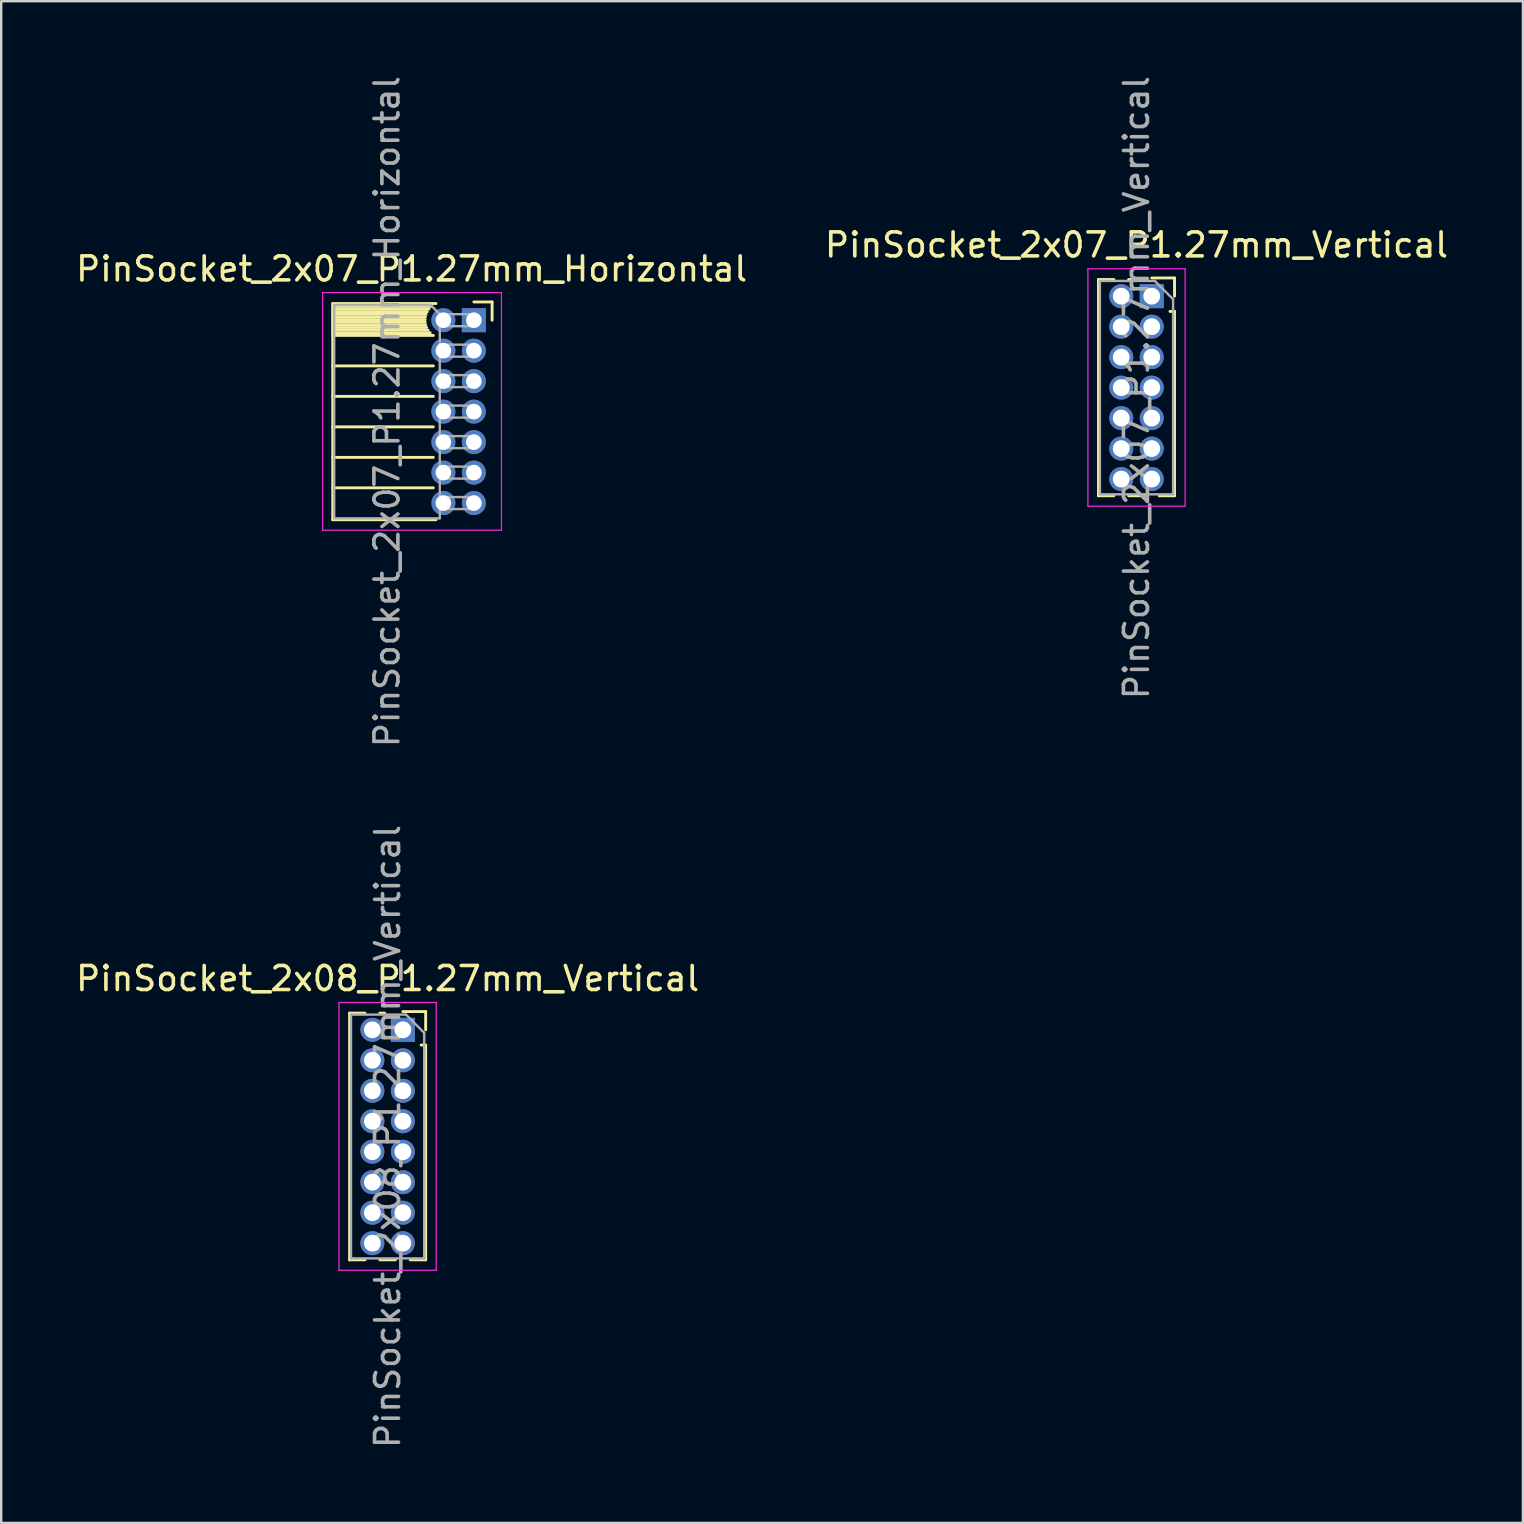
<source format=kicad_pcb>
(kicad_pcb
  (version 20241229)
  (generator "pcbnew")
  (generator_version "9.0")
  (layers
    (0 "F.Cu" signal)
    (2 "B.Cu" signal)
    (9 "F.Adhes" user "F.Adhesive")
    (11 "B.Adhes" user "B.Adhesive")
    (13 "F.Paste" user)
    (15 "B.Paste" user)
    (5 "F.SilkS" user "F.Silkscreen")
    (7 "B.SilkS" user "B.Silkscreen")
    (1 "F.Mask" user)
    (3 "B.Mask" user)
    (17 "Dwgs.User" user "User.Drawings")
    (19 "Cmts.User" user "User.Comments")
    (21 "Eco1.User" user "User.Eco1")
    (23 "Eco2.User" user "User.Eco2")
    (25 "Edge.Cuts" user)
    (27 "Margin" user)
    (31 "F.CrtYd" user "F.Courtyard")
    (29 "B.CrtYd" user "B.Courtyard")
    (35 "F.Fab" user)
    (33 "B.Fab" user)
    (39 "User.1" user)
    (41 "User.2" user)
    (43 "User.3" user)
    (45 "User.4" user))
  (footprint "PinSocket_2x07_P1.27mm_Vertical"
    (layer "F.Cu")
    (at 44.939 9.291)
    (property "Reference" "PinSocket_2x07_P1.27mm_Vertical" (at -0.635 -2.135 0) (layer "F.SilkS") (effects (font (size 1 1) (thickness 0.15))))
    (attr through_hole)
    (fp_line (start -2.22 -0.695) (end -2.22 8.315) (stroke (width 0.12) (type solid)) (layer "F.SilkS"))
    (fp_line (start -2.22 -0.695) (end -1.578 -0.695) (stroke (width 0.12) (type solid)) (layer "F.SilkS"))
    (fp_line (start -2.22 8.315) (end -1.578 8.315) (stroke (width 0.12) (type solid)) (layer "F.SilkS"))
    (fp_line (start -0.962 -0.695) (end -0.76 -0.695) (stroke (width 0.12) (type solid)) (layer "F.SilkS"))
    (fp_line (start -0.962 8.315) (end -0.308 8.315) (stroke (width 0.12) (type solid)) (layer "F.SilkS"))
    (fp_line (start 0 -0.76) (end 0.95 -0.76) (stroke (width 0.12) (type solid)) (layer "F.SilkS"))
    (fp_line (start 0.308 8.315) (end 0.95 8.315) (stroke (width 0.12) (type solid)) (layer "F.SilkS"))
    (fp_line (start 0.76 0.635) (end 0.95 0.635) (stroke (width 0.12) (type solid)) (layer "F.SilkS"))
    (fp_line (start 0.95 -0.76) (end 0.95 0) (stroke (width 0.12) (type solid)) (layer "F.SilkS"))
    (fp_line (start 0.95 0.635) (end 0.95 8.315) (stroke (width 0.12) (type solid)) (layer "F.SilkS"))
    (fp_line (start -2.66 -1.14) (end 1.39 -1.14) (stroke (width 0.05) (type solid)) (layer "F.CrtYd"))
    (fp_line (start -2.66 8.75) (end -2.66 -1.14) (stroke (width 0.05) (type solid)) (layer "F.CrtYd"))
    (fp_line (start 1.39 -1.14) (end 1.39 8.75) (stroke (width 0.05) (type solid)) (layer "F.CrtYd"))
    (fp_line (start 1.39 8.75) (end -2.66 8.75) (stroke (width 0.05) (type solid)) (layer "F.CrtYd"))
    (fp_line (start -2.16 -0.635) (end 0.128 -0.635) (stroke (width 0.1) (type solid)) (layer "F.Fab"))
    (fp_line (start -2.16 8.255) (end -2.16 -0.635) (stroke (width 0.1) (type solid)) (layer "F.Fab"))
    (fp_line (start 0.128 -0.635) (end 0.89 0.127) (stroke (width 0.1) (type solid)) (layer "F.Fab"))
    (fp_line (start 0.89 0.127) (end 0.89 8.255) (stroke (width 0.1) (type solid)) (layer "F.Fab"))
    (fp_line (start 0.89 8.255) (end -2.16 8.255) (stroke (width 0.1) (type solid)) (layer "F.Fab"))
    (fp_text user "${REFERENCE}" (at -0.635 3.81 90) (layer "F.Fab") (effects (font (size 1 1) (thickness 0.15))))
    (pad "1" thru_hole rect (at 0 0) (size 1 1) (drill 0.7) (layers "*.Cu" "*.Mask"))
    (pad "2" thru_hole circle (at -1.27 0) (size 1 1) (drill 0.7) (layers "*.Cu" "*.Mask"))
    (pad "3" thru_hole circle (at 0 1.27) (size 1 1) (drill 0.7) (layers "*.Cu" "*.Mask"))
    (pad "4" thru_hole circle (at -1.27 1.27) (size 1 1) (drill 0.7) (layers "*.Cu" "*.Mask"))
    (pad "5" thru_hole circle (at 0 2.54) (size 1 1) (drill 0.7) (layers "*.Cu" "*.Mask"))
    (pad "6" thru_hole circle (at -1.27 2.54) (size 1 1) (drill 0.7) (layers "*.Cu" "*.Mask"))
    (pad "7" thru_hole circle (at 0 3.81) (size 1 1) (drill 0.7) (layers "*.Cu" "*.Mask"))
    (pad "8" thru_hole circle (at -1.27 3.81) (size 1 1) (drill 0.7) (layers "*.Cu" "*.Mask"))
    (pad "9" thru_hole circle (at 0 5.08) (size 1 1) (drill 0.7) (layers "*.Cu" "*.Mask"))
    (pad "10" thru_hole circle (at -1.27 5.08) (size 1 1) (drill 0.7) (layers "*.Cu" "*.Mask"))
    (pad "11" thru_hole circle (at 0 6.35) (size 1 1) (drill 0.7) (layers "*.Cu" "*.Mask"))
    (pad "12" thru_hole circle (at -1.27 6.35) (size 1 1) (drill 0.7) (layers "*.Cu" "*.Mask"))
    (pad "13" thru_hole circle (at 0 7.62) (size 1 1) (drill 0.7) (layers "*.Cu" "*.Mask"))
    (pad "14" thru_hole circle (at -1.27 7.62) (size 1 1) (drill 0.7) (layers "*.Cu" "*.Mask")))
  (footprint "PinSocket_2x08_P1.27mm_Vertical"
    (layer "F.Cu")
    (at 13.736 39.859)
    (property "Reference" "PinSocket_2x08_P1.27mm_Vertical" (at -0.635 -2.135 0) (layer "F.SilkS") (effects (font (size 1 1) (thickness 0.15))))
    (attr through_hole)
    (fp_line (start -2.22 -0.695) (end -2.22 9.585) (stroke (width 0.12) (type solid)) (layer "F.SilkS"))
    (fp_line (start -2.22 -0.695) (end -1.578 -0.695) (stroke (width 0.12) (type solid)) (layer "F.SilkS"))
    (fp_line (start -2.22 9.585) (end -1.578 9.585) (stroke (width 0.12) (type solid)) (layer "F.SilkS"))
    (fp_line (start -0.962 -0.695) (end -0.76 -0.695) (stroke (width 0.12) (type solid)) (layer "F.SilkS"))
    (fp_line (start -0.962 9.585) (end -0.308 9.585) (stroke (width 0.12) (type solid)) (layer "F.SilkS"))
    (fp_line (start 0 -0.76) (end 0.95 -0.76) (stroke (width 0.12) (type solid)) (layer "F.SilkS"))
    (fp_line (start 0.308 9.585) (end 0.95 9.585) (stroke (width 0.12) (type solid)) (layer "F.SilkS"))
    (fp_line (start 0.76 0.635) (end 0.95 0.635) (stroke (width 0.12) (type solid)) (layer "F.SilkS"))
    (fp_line (start 0.95 -0.76) (end 0.95 0) (stroke (width 0.12) (type solid)) (layer "F.SilkS"))
    (fp_line (start 0.95 0.635) (end 0.95 9.585) (stroke (width 0.12) (type solid)) (layer "F.SilkS"))
    (fp_line (start -2.66 -1.14) (end 1.39 -1.14) (stroke (width 0.05) (type solid)) (layer "F.CrtYd"))
    (fp_line (start -2.66 10.02) (end -2.66 -1.14) (stroke (width 0.05) (type solid)) (layer "F.CrtYd"))
    (fp_line (start 1.39 -1.14) (end 1.39 10.02) (stroke (width 0.05) (type solid)) (layer "F.CrtYd"))
    (fp_line (start 1.39 10.02) (end -2.66 10.02) (stroke (width 0.05) (type solid)) (layer "F.CrtYd"))
    (fp_line (start -2.16 -0.635) (end 0.128 -0.635) (stroke (width 0.1) (type solid)) (layer "F.Fab"))
    (fp_line (start -2.16 9.525) (end -2.16 -0.635) (stroke (width 0.1) (type solid)) (layer "F.Fab"))
    (fp_line (start 0.128 -0.635) (end 0.89 0.127) (stroke (width 0.1) (type solid)) (layer "F.Fab"))
    (fp_line (start 0.89 0.127) (end 0.89 9.525) (stroke (width 0.1) (type solid)) (layer "F.Fab"))
    (fp_line (start 0.89 9.525) (end -2.16 9.525) (stroke (width 0.1) (type solid)) (layer "F.Fab"))
    (fp_text user "${REFERENCE}" (at -0.635 4.445 90) (layer "F.Fab") (effects (font (size 1 1) (thickness 0.15))))
    (pad "1" thru_hole rect (at 0 0) (size 1 1) (drill 0.7) (layers "*.Cu" "*.Mask"))
    (pad "2" thru_hole circle (at -1.27 0) (size 1 1) (drill 0.7) (layers "*.Cu" "*.Mask"))
    (pad "3" thru_hole circle (at 0 1.27) (size 1 1) (drill 0.7) (layers "*.Cu" "*.Mask"))
    (pad "4" thru_hole circle (at -1.27 1.27) (size 1 1) (drill 0.7) (layers "*.Cu" "*.Mask"))
    (pad "5" thru_hole circle (at 0 2.54) (size 1 1) (drill 0.7) (layers "*.Cu" "*.Mask"))
    (pad "6" thru_hole circle (at -1.27 2.54) (size 1 1) (drill 0.7) (layers "*.Cu" "*.Mask"))
    (pad "7" thru_hole circle (at 0 3.81) (size 1 1) (drill 0.7) (layers "*.Cu" "*.Mask"))
    (pad "8" thru_hole circle (at -1.27 3.81) (size 1 1) (drill 0.7) (layers "*.Cu" "*.Mask"))
    (pad "9" thru_hole circle (at 0 5.08) (size 1 1) (drill 0.7) (layers "*.Cu" "*.Mask"))
    (pad "10" thru_hole circle (at -1.27 5.08) (size 1 1) (drill 0.7) (layers "*.Cu" "*.Mask"))
    (pad "11" thru_hole circle (at 0 6.35) (size 1 1) (drill 0.7) (layers "*.Cu" "*.Mask"))
    (pad "12" thru_hole circle (at -1.27 6.35) (size 1 1) (drill 0.7) (layers "*.Cu" "*.Mask"))
    (pad "13" thru_hole circle (at 0 7.62) (size 1 1) (drill 0.7) (layers "*.Cu" "*.Mask"))
    (pad "14" thru_hole circle (at -1.27 7.62) (size 1 1) (drill 0.7) (layers "*.Cu" "*.Mask"))
    (pad "15" thru_hole circle (at 0 8.89) (size 1 1) (drill 0.7) (layers "*.Cu" "*.Mask"))
    (pad "16" thru_hole circle (at -1.27 8.89) (size 1 1) (drill 0.7) (layers "*.Cu" "*.Mask")))
  (footprint "PinSocket_2x07_P1.27mm_Horizontal"
    (layer "F.Cu")
    (at 16.694 10.291)
    (property "Reference" "PinSocket_2x07_P1.27mm_Horizontal" (at -2.592 -2.135 0) (layer "F.SilkS") (effects (font (size 1 1) (thickness 0.15))))
    (attr through_hole)
    (fp_line (start -5.88 -0.695) (end -5.88 8.315) (stroke (width 0.12) (type solid)) (layer "F.SilkS"))
    (fp_line (start -5.88 -0.695) (end -1.578 -0.695) (stroke (width 0.12) (type solid)) (layer "F.SilkS"))
    (fp_line (start -5.88 -0.575) (end -1.767 -0.575) (stroke (width 0.12) (type solid)) (layer "F.SilkS"))
    (fp_line (start -5.88 -0.465) (end -1.871 -0.465) (stroke (width 0.12) (type solid)) (layer "F.SilkS"))
    (fp_line (start -5.88 -0.355) (end -1.942 -0.355) (stroke (width 0.12) (type solid)) (layer "F.SilkS"))
    (fp_line (start -5.88 -0.245) (end -1.989 -0.245) (stroke (width 0.12) (type solid)) (layer "F.SilkS"))
    (fp_line (start -5.88 -0.135) (end -2.018 -0.135) (stroke (width 0.12) (type solid)) (layer "F.SilkS"))
    (fp_line (start -5.88 -0.025) (end -2.03 -0.025) (stroke (width 0.12) (type solid)) (layer "F.SilkS"))
    (fp_line (start -5.88 0.085) (end -2.025 0.085) (stroke (width 0.12) (type solid)) (layer "F.SilkS"))
    (fp_line (start -5.88 0.195) (end -2.005 0.195) (stroke (width 0.12) (type solid)) (layer "F.SilkS"))
    (fp_line (start -5.88 0.305) (end -1.966 0.305) (stroke (width 0.12) (type solid)) (layer "F.SilkS"))
    (fp_line (start -5.88 0.415) (end -1.907 0.415) (stroke (width 0.12) (type solid)) (layer "F.SilkS"))
    (fp_line (start -5.88 0.525) (end -1.82 0.525) (stroke (width 0.12) (type solid)) (layer "F.SilkS"))
    (fp_line (start -5.88 0.635) (end -1.688 0.635) (stroke (width 0.12) (type solid)) (layer "F.SilkS"))
    (fp_line (start -5.88 1.905) (end -1.688 1.905) (stroke (width 0.12) (type solid)) (layer "F.SilkS"))
    (fp_line (start -5.88 3.175) (end -1.688 3.175) (stroke (width 0.12) (type solid)) (layer "F.SilkS"))
    (fp_line (start -5.88 4.445) (end -1.688 4.445) (stroke (width 0.12) (type solid)) (layer "F.SilkS"))
    (fp_line (start -5.88 5.715) (end -1.688 5.715) (stroke (width 0.12) (type solid)) (layer "F.SilkS"))
    (fp_line (start -5.88 6.985) (end -1.688 6.985) (stroke (width 0.12) (type solid)) (layer "F.SilkS"))
    (fp_line (start -5.88 8.315) (end -1.578 8.315) (stroke (width 0.12) (type solid)) (layer "F.SilkS"))
    (fp_line (start 0 -0.76) (end 0.76 -0.76) (stroke (width 0.12) (type solid)) (layer "F.SilkS"))
    (fp_line (start 0.76 -0.76) (end 0.76 0) (stroke (width 0.12) (type solid)) (layer "F.SilkS"))
    (fp_line (start -6.3 -1.15) (end -6.3 8.75) (stroke (width 0.05) (type solid)) (layer "F.CrtYd"))
    (fp_line (start -6.3 8.75) (end 1.15 8.75) (stroke (width 0.05) (type solid)) (layer "F.CrtYd"))
    (fp_line (start 1.15 -1.15) (end -6.3 -1.15) (stroke (width 0.05) (type solid)) (layer "F.CrtYd"))
    (fp_line (start 1.15 8.75) (end 1.15 -1.15) (stroke (width 0.05) (type solid)) (layer "F.CrtYd"))
    (fp_line (start -5.82 -0.635) (end -1.805 -0.635) (stroke (width 0.1) (type solid)) (layer "F.Fab"))
    (fp_line (start -5.82 8.255) (end -5.82 -0.635) (stroke (width 0.1) (type solid)) (layer "F.Fab"))
    (fp_line (start -1.805 -0.635) (end -1.42 -0.25) (stroke (width 0.1) (type solid)) (layer "F.Fab"))
    (fp_line (start -1.42 -0.25) (end -1.42 8.255) (stroke (width 0.1) (type solid)) (layer "F.Fab"))
    (fp_line (start -1.42 0.25) (end 0 0.25) (stroke (width 0.1) (type solid)) (layer "F.Fab"))
    (fp_line (start -1.42 1.52) (end 0 1.52) (stroke (width 0.1) (type solid)) (layer "F.Fab"))
    (fp_line (start -1.42 2.79) (end 0 2.79) (stroke (width 0.1) (type solid)) (layer "F.Fab"))
    (fp_line (start -1.42 4.06) (end 0 4.06) (stroke (width 0.1) (type solid)) (layer "F.Fab"))
    (fp_line (start -1.42 5.33) (end 0 5.33) (stroke (width 0.1) (type solid)) (layer "F.Fab"))
    (fp_line (start -1.42 6.6) (end 0 6.6) (stroke (width 0.1) (type solid)) (layer "F.Fab"))
    (fp_line (start -1.42 7.87) (end 0 7.87) (stroke (width 0.1) (type solid)) (layer "F.Fab"))
    (fp_line (start -1.42 8.255) (end -5.82 8.255) (stroke (width 0.1) (type solid)) (layer "F.Fab"))
    (fp_line (start 0 -0.25) (end -1.42 -0.25) (stroke (width 0.1) (type solid)) (layer "F.Fab"))
    (fp_line (start 0 0.25) (end 0 -0.25) (stroke (width 0.1) (type solid)) (layer "F.Fab"))
    (fp_line (start 0 1.02) (end -1.42 1.02) (stroke (width 0.1) (type solid)) (layer "F.Fab"))
    (fp_line (start 0 1.52) (end 0 1.02) (stroke (width 0.1) (type solid)) (layer "F.Fab"))
    (fp_line (start 0 2.29) (end -1.42 2.29) (stroke (width 0.1) (type solid)) (layer "F.Fab"))
    (fp_line (start 0 2.79) (end 0 2.29) (stroke (width 0.1) (type solid)) (layer "F.Fab"))
    (fp_line (start 0 3.56) (end -1.42 3.56) (stroke (width 0.1) (type solid)) (layer "F.Fab"))
    (fp_line (start 0 4.06) (end 0 3.56) (stroke (width 0.1) (type solid)) (layer "F.Fab"))
    (fp_line (start 0 4.83) (end -1.42 4.83) (stroke (width 0.1) (type solid)) (layer "F.Fab"))
    (fp_line (start 0 5.33) (end 0 4.83) (stroke (width 0.1) (type solid)) (layer "F.Fab"))
    (fp_line (start 0 6.1) (end -1.42 6.1) (stroke (width 0.1) (type solid)) (layer "F.Fab"))
    (fp_line (start 0 6.6) (end 0 6.1) (stroke (width 0.1) (type solid)) (layer "F.Fab"))
    (fp_line (start 0 7.37) (end -1.42 7.37) (stroke (width 0.1) (type solid)) (layer "F.Fab"))
    (fp_line (start 0 7.87) (end 0 7.37) (stroke (width 0.1) (type solid)) (layer "F.Fab"))
    (fp_text user "${REFERENCE}" (at -3.62 3.81 90) (layer "F.Fab") (effects (font (size 1 1) (thickness 0.15))))
    (pad "1" thru_hole rect (at 0 0) (size 1 1) (drill 0.65) (layers "*.Cu" "*.Mask"))
    (pad "2" thru_hole circle (at -1.27 0) (size 1 1) (drill 0.65) (layers "*.Cu" "*.Mask"))
    (pad "3" thru_hole circle (at 0 1.27) (size 1 1) (drill 0.65) (layers "*.Cu" "*.Mask"))
    (pad "4" thru_hole circle (at -1.27 1.27) (size 1 1) (drill 0.65) (layers "*.Cu" "*.Mask"))
    (pad "5" thru_hole circle (at 0 2.54) (size 1 1) (drill 0.65) (layers "*.Cu" "*.Mask"))
    (pad "6" thru_hole circle (at -1.27 2.54) (size 1 1) (drill 0.65) (layers "*.Cu" "*.Mask"))
    (pad "7" thru_hole circle (at 0 3.81) (size 1 1) (drill 0.65) (layers "*.Cu" "*.Mask"))
    (pad "8" thru_hole circle (at -1.27 3.81) (size 1 1) (drill 0.65) (layers "*.Cu" "*.Mask"))
    (pad "9" thru_hole circle (at 0 5.08) (size 1 1) (drill 0.65) (layers "*.Cu" "*.Mask"))
    (pad "10" thru_hole circle (at -1.27 5.08) (size 1 1) (drill 0.65) (layers "*.Cu" "*.Mask"))
    (pad "11" thru_hole circle (at 0 6.35) (size 1 1) (drill 0.65) (layers "*.Cu" "*.Mask"))
    (pad "12" thru_hole circle (at -1.27 6.35) (size 1 1) (drill 0.65) (layers "*.Cu" "*.Mask"))
    (pad "13" thru_hole circle (at 0 7.62) (size 1 1) (drill 0.65) (layers "*.Cu" "*.Mask"))
    (pad "14" thru_hole circle (at -1.27 7.62) (size 1 1) (drill 0.65) (layers "*.Cu" "*.Mask")))
  (gr_rect
    (start -3 -3)
    (end 60.405 60.405)
    (stroke (width 0.1) (type default))
    (fill no)
    (layer "Edge.Cuts")))
</source>
